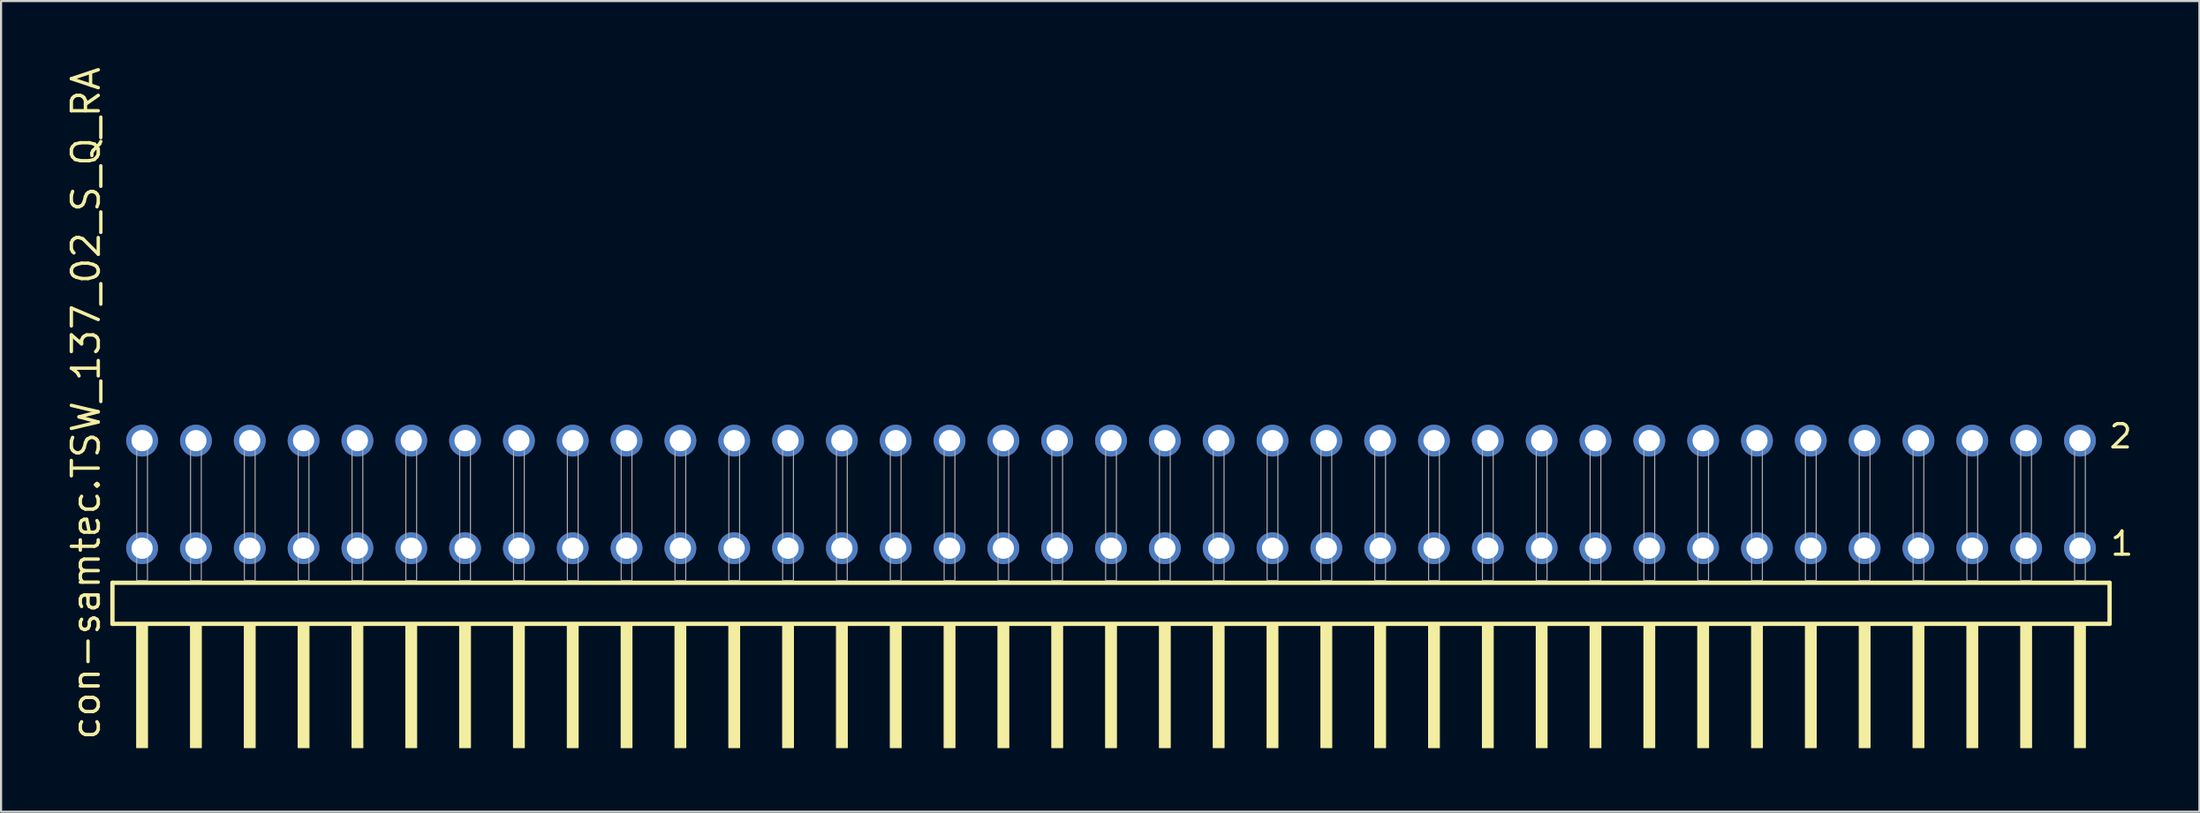
<source format=kicad_pcb>
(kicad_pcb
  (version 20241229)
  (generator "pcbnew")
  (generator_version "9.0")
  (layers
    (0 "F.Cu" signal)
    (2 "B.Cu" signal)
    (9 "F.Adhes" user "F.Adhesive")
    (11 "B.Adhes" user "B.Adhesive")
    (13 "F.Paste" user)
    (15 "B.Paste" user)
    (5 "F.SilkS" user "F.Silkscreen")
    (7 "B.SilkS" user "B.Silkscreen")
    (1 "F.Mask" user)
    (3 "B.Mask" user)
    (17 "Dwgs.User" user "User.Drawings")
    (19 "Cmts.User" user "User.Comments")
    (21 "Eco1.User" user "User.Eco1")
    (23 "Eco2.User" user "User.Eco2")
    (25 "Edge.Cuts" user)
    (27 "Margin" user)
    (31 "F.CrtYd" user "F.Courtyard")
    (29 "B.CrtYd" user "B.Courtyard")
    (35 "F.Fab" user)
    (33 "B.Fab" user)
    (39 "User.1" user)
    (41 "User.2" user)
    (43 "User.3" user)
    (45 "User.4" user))
  (footprint "con-samtec.TSW_137_02_S_Q_RA"
    (layer "F.Cu")
    (at 49.375 24.356)
    (property "Reference" "con-samtec.TSW_137_02_S_Q_RA" (at -47.625 7.62 90) (layer "F.SilkS") (effects (font (size 1.27 1.27) (thickness 0.16)) (justify left bottom)))
    (attr through_hole)
    (fp_line (start -47.119 0.106) (end -47.119 2.046) (stroke (width 0.203) (type default)) (layer "F.SilkS"))
    (fp_line (start -47.119 2.046) (end 47.119 2.046) (stroke (width 0.203) (type default)) (layer "F.SilkS"))
    (fp_line (start 47.119 0.106) (end -47.119 0.106) (stroke (width 0.203) (type default)) (layer "F.SilkS"))
    (fp_line (start 47.119 2.046) (end 47.119 0.106) (stroke (width 0.203) (type default)) (layer "F.SilkS"))
    (fp_rect (start -45.974 7.89) (end -45.466 2.04) (stroke (width 0.05) (type default)) (fill yes) (layer "F.SilkS"))
    (fp_rect (start -43.434 7.89) (end -42.926 2.04) (stroke (width 0.05) (type default)) (fill yes) (layer "F.SilkS"))
    (fp_rect (start -40.894 7.89) (end -40.386 2.04) (stroke (width 0.05) (type default)) (fill yes) (layer "F.SilkS"))
    (fp_rect (start -38.354 7.89) (end -37.846 2.04) (stroke (width 0.05) (type default)) (fill yes) (layer "F.SilkS"))
    (fp_rect (start -35.814 7.89) (end -35.306 2.04) (stroke (width 0.05) (type default)) (fill yes) (layer "F.SilkS"))
    (fp_rect (start -33.274 7.89) (end -32.766 2.04) (stroke (width 0.05) (type default)) (fill yes) (layer "F.SilkS"))
    (fp_rect (start -30.734 7.89) (end -30.226 2.04) (stroke (width 0.05) (type default)) (fill yes) (layer "F.SilkS"))
    (fp_rect (start -28.194 7.89) (end -27.686 2.04) (stroke (width 0.05) (type default)) (fill yes) (layer "F.SilkS"))
    (fp_rect (start -25.654 7.89) (end -25.146 2.04) (stroke (width 0.05) (type default)) (fill yes) (layer "F.SilkS"))
    (fp_rect (start -23.114 7.89) (end -22.606 2.04) (stroke (width 0.05) (type default)) (fill yes) (layer "F.SilkS"))
    (fp_rect (start -20.574 7.89) (end -20.066 2.04) (stroke (width 0.05) (type default)) (fill yes) (layer "F.SilkS"))
    (fp_rect (start -18.034 7.89) (end -17.526 2.04) (stroke (width 0.05) (type default)) (fill yes) (layer "F.SilkS"))
    (fp_rect (start -15.494 7.89) (end -14.986 2.04) (stroke (width 0.05) (type default)) (fill yes) (layer "F.SilkS"))
    (fp_rect (start -12.954 7.89) (end -12.446 2.04) (stroke (width 0.05) (type default)) (fill yes) (layer "F.SilkS"))
    (fp_rect (start -10.414 7.89) (end -9.906 2.04) (stroke (width 0.05) (type default)) (fill yes) (layer "F.SilkS"))
    (fp_rect (start -7.874 7.89) (end -7.366 2.04) (stroke (width 0.05) (type default)) (fill yes) (layer "F.SilkS"))
    (fp_rect (start -5.334 7.89) (end -4.826 2.04) (stroke (width 0.05) (type default)) (fill yes) (layer "F.SilkS"))
    (fp_rect (start -2.794 7.89) (end -2.286 2.04) (stroke (width 0.05) (type default)) (fill yes) (layer "F.SilkS"))
    (fp_rect (start -0.254 7.89) (end 0.254 2.04) (stroke (width 0.05) (type default)) (fill yes) (layer "F.SilkS"))
    (fp_rect (start 2.286 7.89) (end 2.794 2.04) (stroke (width 0.05) (type default)) (fill yes) (layer "F.SilkS"))
    (fp_rect (start 4.826 7.89) (end 5.334 2.04) (stroke (width 0.05) (type default)) (fill yes) (layer "F.SilkS"))
    (fp_rect (start 7.366 7.89) (end 7.874 2.04) (stroke (width 0.05) (type default)) (fill yes) (layer "F.SilkS"))
    (fp_rect (start 9.906 7.89) (end 10.414 2.04) (stroke (width 0.05) (type default)) (fill yes) (layer "F.SilkS"))
    (fp_rect (start 12.446 7.89) (end 12.954 2.04) (stroke (width 0.05) (type default)) (fill yes) (layer "F.SilkS"))
    (fp_rect (start 14.986 7.89) (end 15.494 2.04) (stroke (width 0.05) (type default)) (fill yes) (layer "F.SilkS"))
    (fp_rect (start 17.526 7.89) (end 18.034 2.04) (stroke (width 0.05) (type default)) (fill yes) (layer "F.SilkS"))
    (fp_rect (start 20.066 7.89) (end 20.574 2.04) (stroke (width 0.05) (type default)) (fill yes) (layer "F.SilkS"))
    (fp_rect (start 22.606 7.89) (end 23.114 2.04) (stroke (width 0.05) (type default)) (fill yes) (layer "F.SilkS"))
    (fp_rect (start 25.146 7.89) (end 25.654 2.04) (stroke (width 0.05) (type default)) (fill yes) (layer "F.SilkS"))
    (fp_rect (start 27.686 7.89) (end 28.194 2.04) (stroke (width 0.05) (type default)) (fill yes) (layer "F.SilkS"))
    (fp_rect (start 30.226 7.89) (end 30.734 2.04) (stroke (width 0.05) (type default)) (fill yes) (layer "F.SilkS"))
    (fp_rect (start 32.766 7.89) (end 33.274 2.04) (stroke (width 0.05) (type default)) (fill yes) (layer "F.SilkS"))
    (fp_rect (start 35.306 7.89) (end 35.814 2.04) (stroke (width 0.05) (type default)) (fill yes) (layer "F.SilkS"))
    (fp_rect (start 37.846 7.89) (end 38.354 2.04) (stroke (width 0.05) (type default)) (fill yes) (layer "F.SilkS"))
    (fp_rect (start 40.386 7.89) (end 40.894 2.04) (stroke (width 0.05) (type default)) (fill yes) (layer "F.SilkS"))
    (fp_rect (start 42.926 7.89) (end 43.434 2.04) (stroke (width 0.05) (type default)) (fill yes) (layer "F.SilkS"))
    (fp_rect (start 45.466 7.89) (end 45.974 2.04) (stroke (width 0.05) (type default)) (fill yes) (layer "F.SilkS"))
    (fp_rect (start -45.974 0) (end -45.466 -6.858) (stroke (width 0.05) (type default)) (fill no) (layer "F.Fab"))
    (fp_rect (start -43.434 0) (end -42.926 -6.858) (stroke (width 0.05) (type default)) (fill no) (layer "F.Fab"))
    (fp_rect (start -40.894 0) (end -40.386 -6.858) (stroke (width 0.05) (type default)) (fill no) (layer "F.Fab"))
    (fp_rect (start -38.354 0) (end -37.846 -6.858) (stroke (width 0.05) (type default)) (fill no) (layer "F.Fab"))
    (fp_rect (start -35.814 0) (end -35.306 -6.858) (stroke (width 0.05) (type default)) (fill no) (layer "F.Fab"))
    (fp_rect (start -33.274 0) (end -32.766 -6.858) (stroke (width 0.05) (type default)) (fill no) (layer "F.Fab"))
    (fp_rect (start -30.734 0) (end -30.226 -6.858) (stroke (width 0.05) (type default)) (fill no) (layer "F.Fab"))
    (fp_rect (start -28.194 0) (end -27.686 -6.858) (stroke (width 0.05) (type default)) (fill no) (layer "F.Fab"))
    (fp_rect (start -25.654 0) (end -25.146 -6.858) (stroke (width 0.05) (type default)) (fill no) (layer "F.Fab"))
    (fp_rect (start -23.114 0) (end -22.606 -6.858) (stroke (width 0.05) (type default)) (fill no) (layer "F.Fab"))
    (fp_rect (start -20.574 0) (end -20.066 -6.858) (stroke (width 0.05) (type default)) (fill no) (layer "F.Fab"))
    (fp_rect (start -18.034 0) (end -17.526 -6.858) (stroke (width 0.05) (type default)) (fill no) (layer "F.Fab"))
    (fp_rect (start -15.494 0) (end -14.986 -6.858) (stroke (width 0.05) (type default)) (fill no) (layer "F.Fab"))
    (fp_rect (start -12.954 0) (end -12.446 -6.858) (stroke (width 0.05) (type default)) (fill no) (layer "F.Fab"))
    (fp_rect (start -10.414 0) (end -9.906 -6.858) (stroke (width 0.05) (type default)) (fill no) (layer "F.Fab"))
    (fp_rect (start -7.874 0) (end -7.366 -6.858) (stroke (width 0.05) (type default)) (fill no) (layer "F.Fab"))
    (fp_rect (start -5.334 0) (end -4.826 -6.858) (stroke (width 0.05) (type default)) (fill no) (layer "F.Fab"))
    (fp_rect (start -2.794 0) (end -2.286 -6.858) (stroke (width 0.05) (type default)) (fill no) (layer "F.Fab"))
    (fp_rect (start -0.254 0) (end 0.254 -6.858) (stroke (width 0.05) (type default)) (fill no) (layer "F.Fab"))
    (fp_rect (start 2.286 0) (end 2.794 -6.858) (stroke (width 0.05) (type default)) (fill no) (layer "F.Fab"))
    (fp_rect (start 4.826 0) (end 5.334 -6.858) (stroke (width 0.05) (type default)) (fill no) (layer "F.Fab"))
    (fp_rect (start 7.366 0) (end 7.874 -6.858) (stroke (width 0.05) (type default)) (fill no) (layer "F.Fab"))
    (fp_rect (start 9.906 0) (end 10.414 -6.858) (stroke (width 0.05) (type default)) (fill no) (layer "F.Fab"))
    (fp_rect (start 12.446 0) (end 12.954 -6.858) (stroke (width 0.05) (type default)) (fill no) (layer "F.Fab"))
    (fp_rect (start 14.986 0) (end 15.494 -6.858) (stroke (width 0.05) (type default)) (fill no) (layer "F.Fab"))
    (fp_rect (start 17.526 0) (end 18.034 -6.858) (stroke (width 0.05) (type default)) (fill no) (layer "F.Fab"))
    (fp_rect (start 20.066 0) (end 20.574 -6.858) (stroke (width 0.05) (type default)) (fill no) (layer "F.Fab"))
    (fp_rect (start 22.606 0) (end 23.114 -6.858) (stroke (width 0.05) (type default)) (fill no) (layer "F.Fab"))
    (fp_rect (start 25.146 0) (end 25.654 -6.858) (stroke (width 0.05) (type default)) (fill no) (layer "F.Fab"))
    (fp_rect (start 27.686 0) (end 28.194 -6.858) (stroke (width 0.05) (type default)) (fill no) (layer "F.Fab"))
    (fp_rect (start 30.226 0) (end 30.734 -6.858) (stroke (width 0.05) (type default)) (fill no) (layer "F.Fab"))
    (fp_rect (start 32.766 0) (end 33.274 -6.858) (stroke (width 0.05) (type default)) (fill no) (layer "F.Fab"))
    (fp_rect (start 35.306 0) (end 35.814 -6.858) (stroke (width 0.05) (type default)) (fill no) (layer "F.Fab"))
    (fp_rect (start 37.846 0) (end 38.354 -6.858) (stroke (width 0.05) (type default)) (fill no) (layer "F.Fab"))
    (fp_rect (start 40.386 0) (end 40.894 -6.858) (stroke (width 0.05) (type default)) (fill no) (layer "F.Fab"))
    (fp_rect (start 42.926 0) (end 43.434 -6.858) (stroke (width 0.05) (type default)) (fill no) (layer "F.Fab"))
    (fp_rect (start 45.466 0) (end 45.974 -6.858) (stroke (width 0.05) (type default)) (fill no) (layer "F.Fab"))
    (fp_text user "1" (at 47.08 -1.1 0) (layer "F.SilkS") (effects (font (size 1.1 1.1) (thickness 0.15)) (justify left bottom)))
    (fp_text user "2" (at 47.02 -6.165 0) (layer "F.SilkS") (effects (font (size 1.1 1.1) (thickness 0.15)) (justify left bottom)))
    (pad "1" thru_hole circle (at 45.72 -1.524 180) (size 1.5 1.5) (drill 1) (layers "*.Cu" "*.Mask"))
    (pad "2" thru_hole circle (at 45.72 -6.604 180) (size 1.5 1.5) (drill 1) (layers "*.Cu" "*.Mask"))
    (pad "3" thru_hole circle (at 43.18 -1.524 180) (size 1.5 1.5) (drill 1) (layers "*.Cu" "*.Mask"))
    (pad "4" thru_hole circle (at 43.18 -6.604 180) (size 1.5 1.5) (drill 1) (layers "*.Cu" "*.Mask"))
    (pad "5" thru_hole circle (at 40.64 -1.524 180) (size 1.5 1.5) (drill 1) (layers "*.Cu" "*.Mask"))
    (pad "6" thru_hole circle (at 40.64 -6.604 180) (size 1.5 1.5) (drill 1) (layers "*.Cu" "*.Mask"))
    (pad "7" thru_hole circle (at 38.1 -1.524 180) (size 1.5 1.5) (drill 1) (layers "*.Cu" "*.Mask"))
    (pad "8" thru_hole circle (at 38.1 -6.604 180) (size 1.5 1.5) (drill 1) (layers "*.Cu" "*.Mask"))
    (pad "9" thru_hole circle (at 35.56 -1.524 180) (size 1.5 1.5) (drill 1) (layers "*.Cu" "*.Mask"))
    (pad "10" thru_hole circle (at 35.56 -6.604 180) (size 1.5 1.5) (drill 1) (layers "*.Cu" "*.Mask"))
    (pad "11" thru_hole circle (at 33.02 -1.524 180) (size 1.5 1.5) (drill 1) (layers "*.Cu" "*.Mask"))
    (pad "12" thru_hole circle (at 33.02 -6.604 180) (size 1.5 1.5) (drill 1) (layers "*.Cu" "*.Mask"))
    (pad "13" thru_hole circle (at 30.48 -1.524 180) (size 1.5 1.5) (drill 1) (layers "*.Cu" "*.Mask"))
    (pad "14" thru_hole circle (at 30.48 -6.604 180) (size 1.5 1.5) (drill 1) (layers "*.Cu" "*.Mask"))
    (pad "15" thru_hole circle (at 27.94 -1.524 180) (size 1.5 1.5) (drill 1) (layers "*.Cu" "*.Mask"))
    (pad "16" thru_hole circle (at 27.94 -6.604 180) (size 1.5 1.5) (drill 1) (layers "*.Cu" "*.Mask"))
    (pad "17" thru_hole circle (at 25.4 -1.524 180) (size 1.5 1.5) (drill 1) (layers "*.Cu" "*.Mask"))
    (pad "18" thru_hole circle (at 25.4 -6.604 180) (size 1.5 1.5) (drill 1) (layers "*.Cu" "*.Mask"))
    (pad "19" thru_hole circle (at 22.86 -1.524 180) (size 1.5 1.5) (drill 1) (layers "*.Cu" "*.Mask"))
    (pad "20" thru_hole circle (at 22.86 -6.604 180) (size 1.5 1.5) (drill 1) (layers "*.Cu" "*.Mask"))
    (pad "21" thru_hole circle (at 20.32 -1.524 180) (size 1.5 1.5) (drill 1) (layers "*.Cu" "*.Mask"))
    (pad "22" thru_hole circle (at 20.32 -6.604 180) (size 1.5 1.5) (drill 1) (layers "*.Cu" "*.Mask"))
    (pad "23" thru_hole circle (at 17.78 -1.524 180) (size 1.5 1.5) (drill 1) (layers "*.Cu" "*.Mask"))
    (pad "24" thru_hole circle (at 17.78 -6.604 180) (size 1.5 1.5) (drill 1) (layers "*.Cu" "*.Mask"))
    (pad "25" thru_hole circle (at 15.24 -1.524 180) (size 1.5 1.5) (drill 1) (layers "*.Cu" "*.Mask"))
    (pad "26" thru_hole circle (at 15.24 -6.604 180) (size 1.5 1.5) (drill 1) (layers "*.Cu" "*.Mask"))
    (pad "27" thru_hole circle (at 12.7 -1.524 180) (size 1.5 1.5) (drill 1) (layers "*.Cu" "*.Mask"))
    (pad "28" thru_hole circle (at 12.7 -6.604 180) (size 1.5 1.5) (drill 1) (layers "*.Cu" "*.Mask"))
    (pad "29" thru_hole circle (at 10.16 -1.524 180) (size 1.5 1.5) (drill 1) (layers "*.Cu" "*.Mask"))
    (pad "30" thru_hole circle (at 10.16 -6.604 180) (size 1.5 1.5) (drill 1) (layers "*.Cu" "*.Mask"))
    (pad "31" thru_hole circle (at 7.62 -1.524 180) (size 1.5 1.5) (drill 1) (layers "*.Cu" "*.Mask"))
    (pad "32" thru_hole circle (at 7.62 -6.604 180) (size 1.5 1.5) (drill 1) (layers "*.Cu" "*.Mask"))
    (pad "33" thru_hole circle (at 5.08 -1.524 180) (size 1.5 1.5) (drill 1) (layers "*.Cu" "*.Mask"))
    (pad "34" thru_hole circle (at 5.08 -6.604 180) (size 1.5 1.5) (drill 1) (layers "*.Cu" "*.Mask"))
    (pad "35" thru_hole circle (at 2.54 -1.524 180) (size 1.5 1.5) (drill 1) (layers "*.Cu" "*.Mask"))
    (pad "36" thru_hole circle (at 2.54 -6.604 180) (size 1.5 1.5) (drill 1) (layers "*.Cu" "*.Mask"))
    (pad "37" thru_hole circle (at 0 -1.524 180) (size 1.5 1.5) (drill 1) (layers "*.Cu" "*.Mask"))
    (pad "38" thru_hole circle (at 0 -6.604 180) (size 1.5 1.5) (drill 1) (layers "*.Cu" "*.Mask"))
    (pad "39" thru_hole circle (at -2.54 -1.524 180) (size 1.5 1.5) (drill 1) (layers "*.Cu" "*.Mask"))
    (pad "40" thru_hole circle (at -2.54 -6.604 180) (size 1.5 1.5) (drill 1) (layers "*.Cu" "*.Mask"))
    (pad "41" thru_hole circle (at -5.08 -1.524 180) (size 1.5 1.5) (drill 1) (layers "*.Cu" "*.Mask"))
    (pad "42" thru_hole circle (at -5.08 -6.604 180) (size 1.5 1.5) (drill 1) (layers "*.Cu" "*.Mask"))
    (pad "43" thru_hole circle (at -7.62 -1.524 180) (size 1.5 1.5) (drill 1) (layers "*.Cu" "*.Mask"))
    (pad "44" thru_hole circle (at -7.62 -6.604 180) (size 1.5 1.5) (drill 1) (layers "*.Cu" "*.Mask"))
    (pad "45" thru_hole circle (at -10.16 -1.524 180) (size 1.5 1.5) (drill 1) (layers "*.Cu" "*.Mask"))
    (pad "46" thru_hole circle (at -10.16 -6.604 180) (size 1.5 1.5) (drill 1) (layers "*.Cu" "*.Mask"))
    (pad "47" thru_hole circle (at -12.7 -1.524 180) (size 1.5 1.5) (drill 1) (layers "*.Cu" "*.Mask"))
    (pad "48" thru_hole circle (at -12.7 -6.604 180) (size 1.5 1.5) (drill 1) (layers "*.Cu" "*.Mask"))
    (pad "49" thru_hole circle (at -15.24 -1.524 180) (size 1.5 1.5) (drill 1) (layers "*.Cu" "*.Mask"))
    (pad "50" thru_hole circle (at -15.24 -6.604 180) (size 1.5 1.5) (drill 1) (layers "*.Cu" "*.Mask"))
    (pad "51" thru_hole circle (at -17.78 -1.524 180) (size 1.5 1.5) (drill 1) (layers "*.Cu" "*.Mask"))
    (pad "52" thru_hole circle (at -17.78 -6.604 180) (size 1.5 1.5) (drill 1) (layers "*.Cu" "*.Mask"))
    (pad "53" thru_hole circle (at -20.32 -1.524 180) (size 1.5 1.5) (drill 1) (layers "*.Cu" "*.Mask"))
    (pad "54" thru_hole circle (at -20.32 -6.604 180) (size 1.5 1.5) (drill 1) (layers "*.Cu" "*.Mask"))
    (pad "55" thru_hole circle (at -22.86 -1.524 180) (size 1.5 1.5) (drill 1) (layers "*.Cu" "*.Mask"))
    (pad "56" thru_hole circle (at -22.86 -6.604 180) (size 1.5 1.5) (drill 1) (layers "*.Cu" "*.Mask"))
    (pad "57" thru_hole circle (at -25.4 -1.524 180) (size 1.5 1.5) (drill 1) (layers "*.Cu" "*.Mask"))
    (pad "58" thru_hole circle (at -25.4 -6.604 180) (size 1.5 1.5) (drill 1) (layers "*.Cu" "*.Mask"))
    (pad "59" thru_hole circle (at -27.94 -1.524 180) (size 1.5 1.5) (drill 1) (layers "*.Cu" "*.Mask"))
    (pad "60" thru_hole circle (at -27.94 -6.604 180) (size 1.5 1.5) (drill 1) (layers "*.Cu" "*.Mask"))
    (pad "61" thru_hole circle (at -30.48 -1.524 180) (size 1.5 1.5) (drill 1) (layers "*.Cu" "*.Mask"))
    (pad "62" thru_hole circle (at -30.48 -6.604 180) (size 1.5 1.5) (drill 1) (layers "*.Cu" "*.Mask"))
    (pad "63" thru_hole circle (at -33.02 -1.524 180) (size 1.5 1.5) (drill 1) (layers "*.Cu" "*.Mask"))
    (pad "64" thru_hole circle (at -33.02 -6.604 180) (size 1.5 1.5) (drill 1) (layers "*.Cu" "*.Mask"))
    (pad "65" thru_hole circle (at -35.56 -1.524 180) (size 1.5 1.5) (drill 1) (layers "*.Cu" "*.Mask"))
    (pad "66" thru_hole circle (at -35.56 -6.604 180) (size 1.5 1.5) (drill 1) (layers "*.Cu" "*.Mask"))
    (pad "67" thru_hole circle (at -38.1 -1.524 180) (size 1.5 1.5) (drill 1) (layers "*.Cu" "*.Mask"))
    (pad "68" thru_hole circle (at -38.1 -6.604 180) (size 1.5 1.5) (drill 1) (layers "*.Cu" "*.Mask"))
    (pad "69" thru_hole circle (at -40.64 -1.524 180) (size 1.5 1.5) (drill 1) (layers "*.Cu" "*.Mask"))
    (pad "70" thru_hole circle (at -40.64 -6.604 180) (size 1.5 1.5) (drill 1) (layers "*.Cu" "*.Mask"))
    (pad "71" thru_hole circle (at -43.18 -1.524 180) (size 1.5 1.5) (drill 1) (layers "*.Cu" "*.Mask"))
    (pad "72" thru_hole circle (at -43.18 -6.604 180) (size 1.5 1.5) (drill 1) (layers "*.Cu" "*.Mask"))
    (pad "73" thru_hole circle (at -45.72 -1.524 180) (size 1.5 1.5) (drill 1) (layers "*.Cu" "*.Mask"))
    (pad "74" thru_hole circle (at -45.72 -6.604 180) (size 1.5 1.5) (drill 1) (layers "*.Cu" "*.Mask")))
  (gr_rect
    (start -3 -3)
    (end 100.733 35.271)
    (stroke (width 0.1) (type default))
    (fill no)
    (layer "Edge.Cuts")))
</source>
